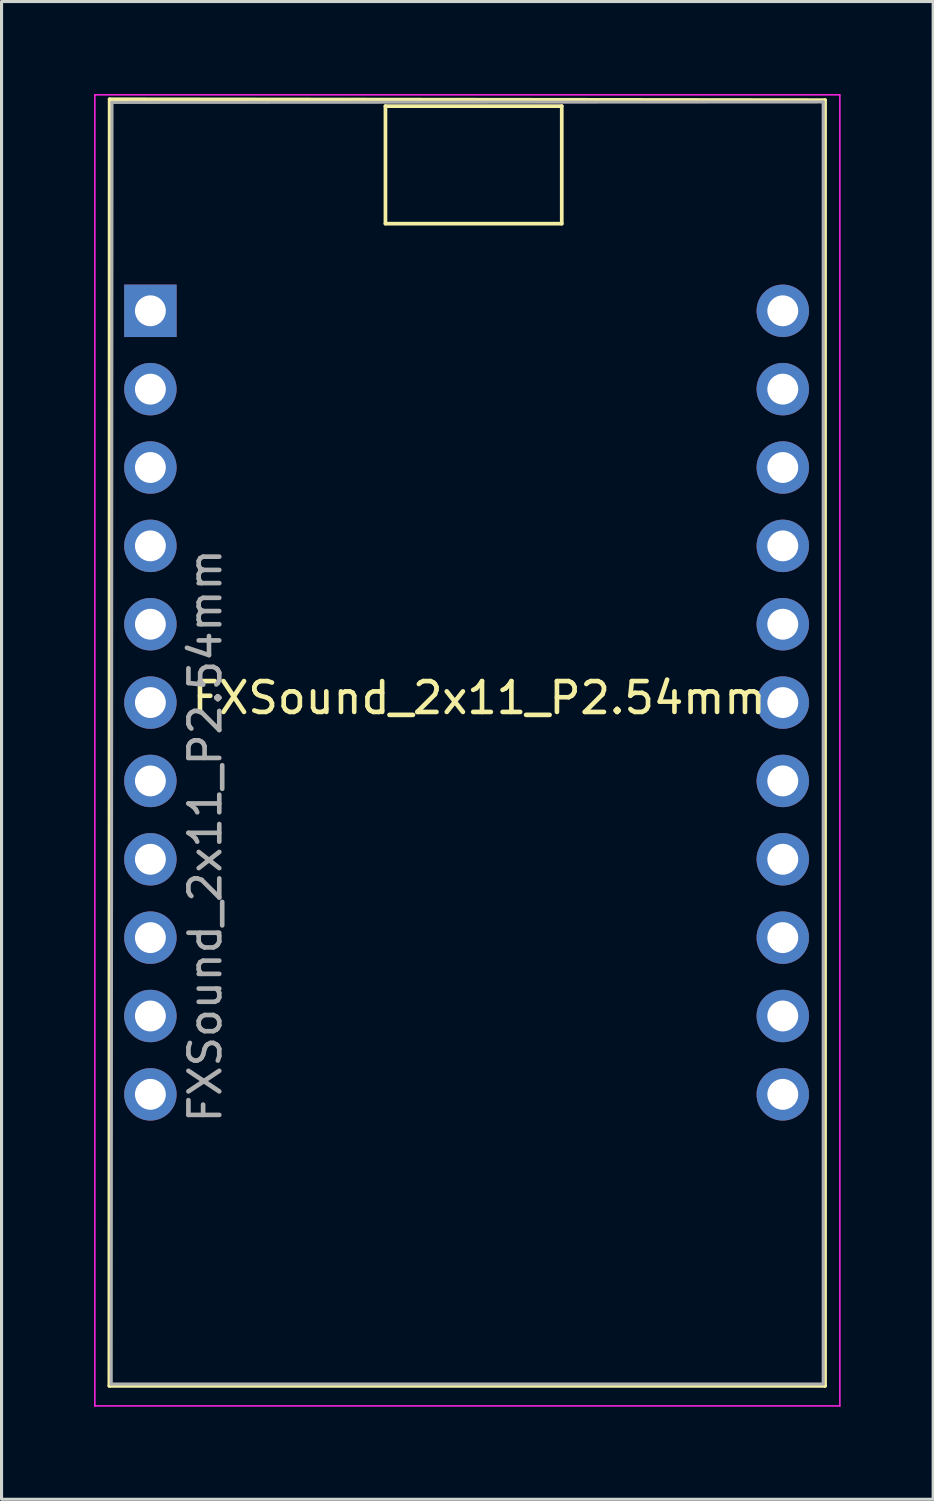
<source format=kicad_pcb>
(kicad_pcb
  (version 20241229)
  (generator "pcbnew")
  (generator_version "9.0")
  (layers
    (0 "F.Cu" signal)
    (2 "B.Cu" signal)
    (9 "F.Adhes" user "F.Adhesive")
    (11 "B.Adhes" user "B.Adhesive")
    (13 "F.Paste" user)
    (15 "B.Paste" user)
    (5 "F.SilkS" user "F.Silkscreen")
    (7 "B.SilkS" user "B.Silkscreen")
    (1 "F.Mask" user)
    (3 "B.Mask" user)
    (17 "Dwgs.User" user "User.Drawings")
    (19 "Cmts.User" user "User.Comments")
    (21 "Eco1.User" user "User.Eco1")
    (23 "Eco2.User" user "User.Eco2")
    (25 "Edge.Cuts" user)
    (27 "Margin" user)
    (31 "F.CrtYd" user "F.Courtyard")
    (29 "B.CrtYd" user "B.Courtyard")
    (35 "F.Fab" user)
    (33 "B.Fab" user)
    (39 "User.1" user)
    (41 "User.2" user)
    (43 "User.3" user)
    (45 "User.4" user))
  (footprint "FXSound_2x11_P2.54mm"
    (layer "F.Cu")
    (at 1.825 7.025)
    (property "Reference" "FXSound_2x11_P2.54mm" (at 10.655 12.548 0) (layer "F.SilkS") (effects (font (size 1 1) (thickness 0.15))))
    (attr through_hole)
    (fp_line (start -1.33 34.85) (end 21.87 34.85) (stroke (width 0.12) (type solid)) (layer "F.SilkS"))
    (fp_line (start -1.321 -6.858) (end -1.33 34.85) (stroke (width 0.12) (type solid)) (layer "F.SilkS"))
    (fp_line (start -1.321 -6.858) (end 21.87 -6.83) (stroke (width 0.12) (type solid)) (layer "F.SilkS"))
    (fp_line (start 7.62 -6.635) (end 13.335 -6.635) (stroke (width 0.12) (type solid)) (layer "F.SilkS"))
    (fp_line (start 7.62 -2.825) (end 7.62 -6.635) (stroke (width 0.12) (type solid)) (layer "F.SilkS"))
    (fp_line (start 13.335 -6.635) (end 13.335 -2.825) (stroke (width 0.12) (type solid)) (layer "F.SilkS"))
    (fp_line (start 13.335 -2.825) (end 7.62 -2.825) (stroke (width 0.12) (type solid)) (layer "F.SilkS"))
    (fp_line (start 21.87 -6.83) (end 21.87 34.85) (stroke (width 0.12) (type solid)) (layer "F.SilkS"))
    (fp_line (start -1.8 -7) (end -1.8 35.5) (stroke (width 0.05) (type solid)) (layer "F.CrtYd"))
    (fp_line (start -1.8 35.5) (end 22.35 35.5) (stroke (width 0.05) (type solid)) (layer "F.CrtYd"))
    (fp_line (start 22.35 -7) (end -1.8 -7) (stroke (width 0.05) (type solid)) (layer "F.CrtYd"))
    (fp_line (start 22.35 35.5) (end 22.35 -7) (stroke (width 0.05) (type solid)) (layer "F.CrtYd"))
    (fp_line (start -1.27 34.79) (end -1.245 -6.756) (stroke (width 0.1) (type solid)) (layer "F.Fab"))
    (fp_line (start -1.245 -6.756) (end 21.81 -6.77) (stroke (width 0.1) (type solid)) (layer "F.Fab"))
    (fp_line (start 21.81 -6.77) (end 21.81 34.79) (stroke (width 0.1) (type solid)) (layer "F.Fab"))
    (fp_line (start 21.81 34.79) (end -1.27 34.79) (stroke (width 0.1) (type solid)) (layer "F.Fab"))
    (fp_text user "${REFERENCE}" (at 1.778 17.018 90) (layer "F.Fab") (effects (font (size 1 1) (thickness 0.15))))
    (pad "1" thru_hole rect (at 0 0) (size 1.7 1.7) (drill 1) (layers "*.Cu" "*.Mask"))
    (pad "2" thru_hole oval (at 20.5 0) (size 1.7 1.7) (drill 1) (layers "*.Cu" "*.Mask"))
    (pad "3" thru_hole oval (at 0 2.54) (size 1.7 1.7) (drill 1) (layers "*.Cu" "*.Mask"))
    (pad "4" thru_hole oval (at 20.5 2.54) (size 1.7 1.7) (drill 1) (layers "*.Cu" "*.Mask"))
    (pad "5" thru_hole oval (at 0 5.08) (size 1.7 1.7) (drill 1) (layers "*.Cu" "*.Mask"))
    (pad "6" thru_hole oval (at 20.5 5.08) (size 1.7 1.7) (drill 1) (layers "*.Cu" "*.Mask"))
    (pad "7" thru_hole oval (at 0 7.62) (size 1.7 1.7) (drill 1) (layers "*.Cu" "*.Mask"))
    (pad "8" thru_hole oval (at 20.5 7.62) (size 1.7 1.7) (drill 1) (layers "*.Cu" "*.Mask"))
    (pad "9" thru_hole oval (at 0 10.16) (size 1.7 1.7) (drill 1) (layers "*.Cu" "*.Mask"))
    (pad "10" thru_hole oval (at 20.5 10.16) (size 1.7 1.7) (drill 1) (layers "*.Cu" "*.Mask"))
    (pad "11" thru_hole oval (at 0 12.7) (size 1.7 1.7) (drill 1) (layers "*.Cu" "*.Mask"))
    (pad "12" thru_hole oval (at 20.5 12.7) (size 1.7 1.7) (drill 1) (layers "*.Cu" "*.Mask"))
    (pad "13" thru_hole oval (at 0 15.24) (size 1.7 1.7) (drill 1) (layers "*.Cu" "*.Mask"))
    (pad "14" thru_hole oval (at 20.5 15.24) (size 1.7 1.7) (drill 1) (layers "*.Cu" "*.Mask"))
    (pad "15" thru_hole oval (at 0 17.78) (size 1.7 1.7) (drill 1) (layers "*.Cu" "*.Mask"))
    (pad "16" thru_hole oval (at 20.5 17.78) (size 1.7 1.7) (drill 1) (layers "*.Cu" "*.Mask"))
    (pad "17" thru_hole oval (at 0 20.32) (size 1.7 1.7) (drill 1) (layers "*.Cu" "*.Mask"))
    (pad "18" thru_hole oval (at 20.5 20.32) (size 1.7 1.7) (drill 1) (layers "*.Cu" "*.Mask"))
    (pad "19" thru_hole oval (at 0 22.86) (size 1.7 1.7) (drill 1) (layers "*.Cu" "*.Mask"))
    (pad "20" thru_hole oval (at 20.5 22.86) (size 1.7 1.7) (drill 1) (layers "*.Cu" "*.Mask"))
    (pad "21" thru_hole oval (at 0 25.4) (size 1.7 1.7) (drill 1) (layers "*.Cu" "*.Mask"))
    (pad "22" thru_hole oval (at 20.5 25.4) (size 1.7 1.7) (drill 1) (layers "*.Cu" "*.Mask")))
  (gr_rect
    (start -3 -3)
    (end 27.2 45.55)
    (stroke (width 0.1) (type default))
    (fill no)
    (layer "Edge.Cuts")))
</source>
